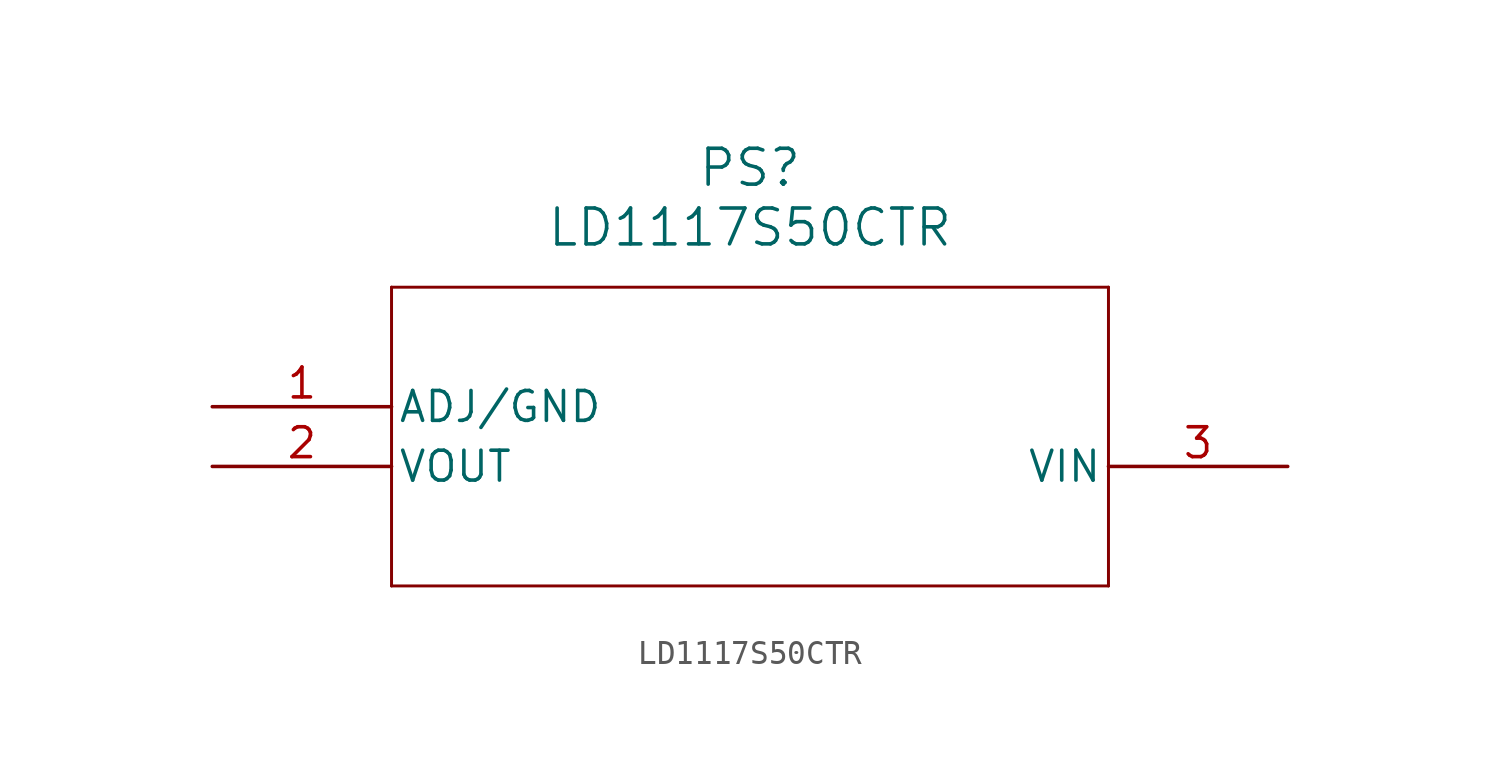
<source format=kicad_sym>
(kicad_symbol_lib
  (version 20241209)
  (generator "kicad_symbol_editor")
  (generator_version "9.0")
  (symbol "LD1117S50CTR"
    (pin_names
      (offset 0.254))
    (property "Reference" "PS"
      (at 22.86 10.16 0)
      (effects (font (size 1.524 1.524))))
    (property "Value" "LD1117S50CTR"
      (at 22.86 7.62 0)
      (effects (font (size 1.524 1.524))))
    (symbol "LD1117S50CTR_0_1"
      (polyline (pts (xy 7.62 5.08) (xy 7.62 -7.62)) (stroke (width 0.127) (type default)) (fill (type none)))
      (polyline (pts (xy 7.62 -7.62) (xy 38.1 -7.62)) (stroke (width 0.127) (type default)) (fill (type none)))
      (polyline (pts (xy 38.1 5.08) (xy 7.62 5.08)) (stroke (width 0.127) (type default)) (fill (type none)))
      (polyline (pts (xy 38.1 -7.62) (xy 38.1 5.08)) (stroke (width 0.127) (type default)) (fill (type none)))
      (pin power_out line (at 0 0 0) (length 7.62) (name "ADJ/GND" (effects (font (size 1.27 1.27)))) (number "1" (effects (font (size 1.27 1.27)))))
      (pin power_in line (at 0 -2.54 0) (length 7.62) (name "VOUT" (effects (font (size 1.27 1.27)))) (number "2" (effects (font (size 1.27 1.27)))))
      (pin power_in line (at 45.72 -2.54 180) (length 7.62) (name "VIN" (effects (font (size 1.27 1.27)))) (number "3" (effects (font (size 1.27 1.27))))))))
</source>
